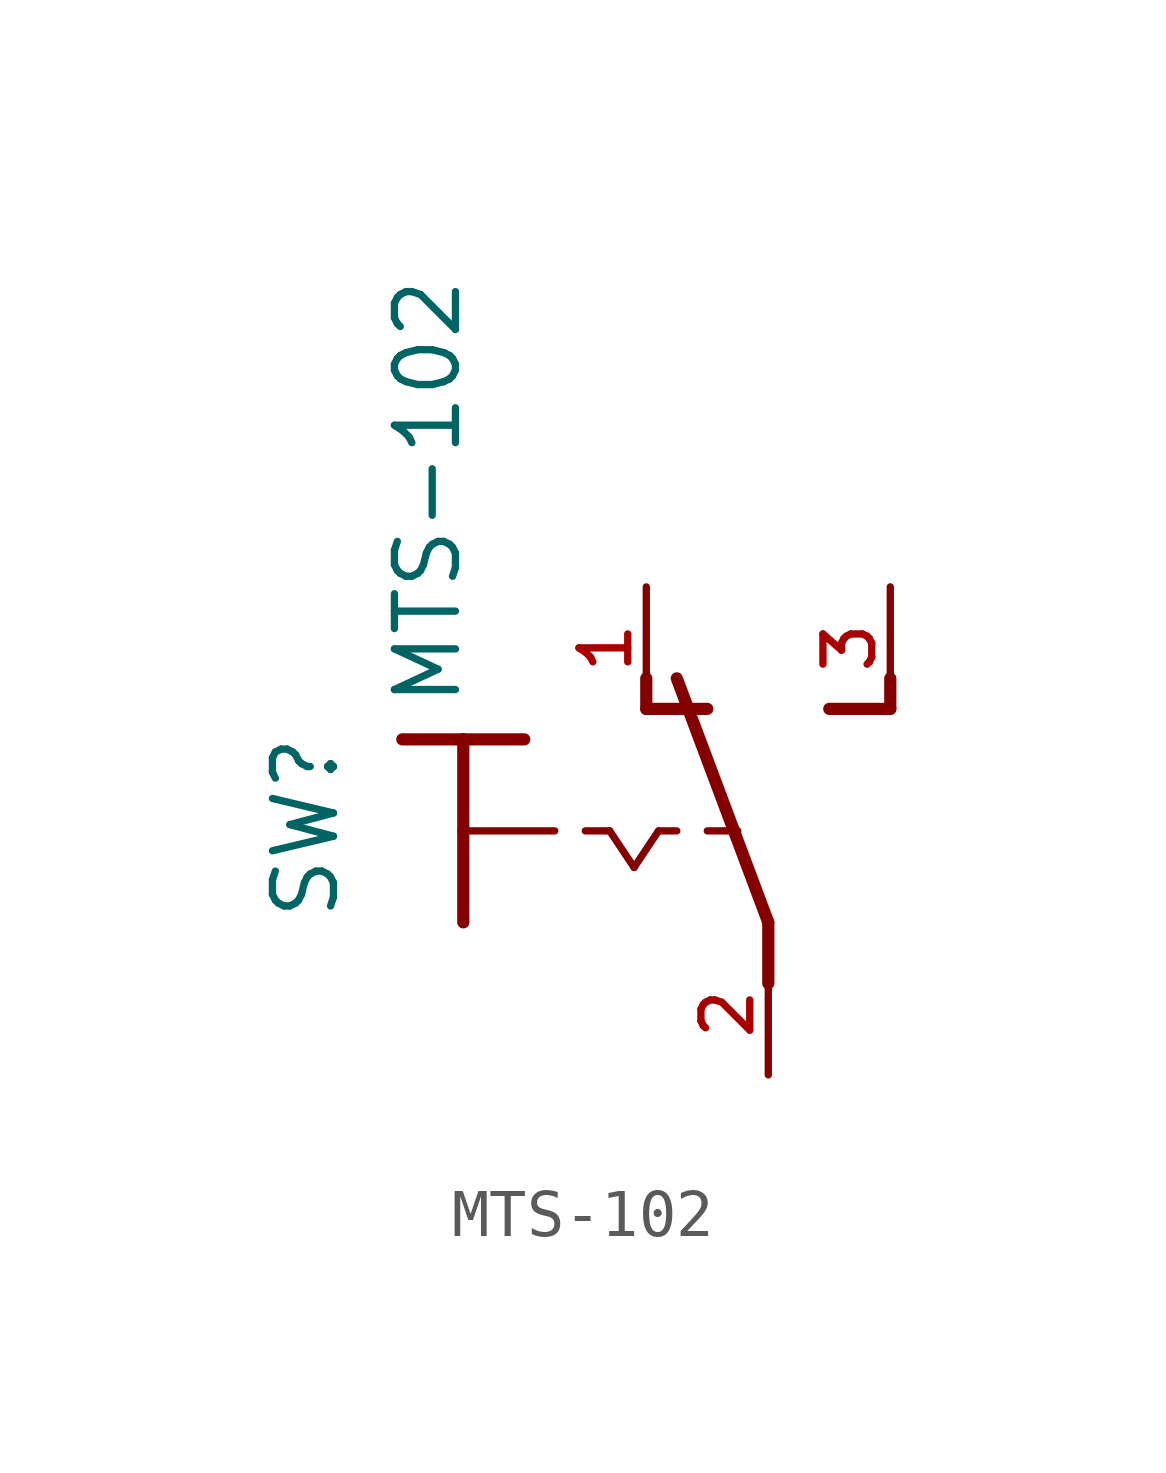
<source format=kicad_sym>
(kicad_symbol_lib
  (version 20211014)
  (generator kicad_symbol_editor)
  (symbol "MTS-102"
    (pin_names
      (offset 1.016))
    (property "Reference" "SW"
      (at -6.35 -1.905 90.0)
      (effects (font (size 1.27 1.27)) (justify bottom left)))
    (property "Value" "MTS-102"
      (at -3.81 2.54 90.0)
      (effects (font (size 1.27 1.27)) (justify bottom left)))
    (symbol "MTS-102_0_0"
      (polyline (pts (xy -3.81 1.905) (xy -2.54 1.905)) (stroke (width 0.254)))
      (polyline (pts (xy -3.81 1.905) (xy -3.81 0.0)) (stroke (width 0.254)))
      (polyline (pts (xy -3.81 0.0) (xy -1.905 0.0)) (stroke (width 0.152)))
      (polyline (pts (xy -3.81 0.0) (xy -3.81 -1.905)) (stroke (width 0.254)))
      (polyline (pts (xy -1.27 0.0) (xy -0.762 0.0)) (stroke (width 0.152)))
      (polyline (pts (xy -5.08 1.905) (xy -3.81 1.905)) (stroke (width 0.254)))
      (polyline (pts (xy 0.254 0.0) (xy 0.635 0.0)) (stroke (width 0.152)))
      (polyline (pts (xy 1.27 0.0) (xy 1.905 0.0)) (stroke (width 0.152)))
      (polyline (pts (xy 2.54 -3.175) (xy 2.54 -1.905)) (stroke (width 0.254)))
      (polyline (pts (xy 2.54 -1.905) (xy 0.635 3.175)) (stroke (width 0.254)))
      (polyline (pts (xy 3.81 2.54) (xy 5.08 2.54)) (stroke (width 0.254)))
      (polyline (pts (xy 5.08 2.54) (xy 5.08 3.175)) (stroke (width 0.254)))
      (polyline (pts (xy 0.0 2.54) (xy 1.27 2.54)) (stroke (width 0.254)))
      (polyline (pts (xy 0.0 2.54) (xy 0.0 3.175)) (stroke (width 0.254)))
      (polyline (pts (xy -0.762 0.0) (xy -0.254 -0.762)) (stroke (width 0.152)))
      (polyline (pts (xy -0.254 -0.762) (xy 0.254 0.0)) (stroke (width 0.152)))
      (pin passive line (at 2.54 -5.08 90.0) (length 2.54) (name "~" (effects (font (size 1.016 1.016)))) (number "2" (effects (font (size 1.016 1.016)))))
      (pin passive line (at 5.08 5.08 270.0) (length 2.54) (name "~" (effects (font (size 1.016 1.016)))) (number "3" (effects (font (size 1.016 1.016)))))
      (pin passive line (at 0.0 5.08 270.0) (length 2.54) (name "~" (effects (font (size 1.016 1.016)))) (number "1" (effects (font (size 1.016 1.016))))))))
</source>
